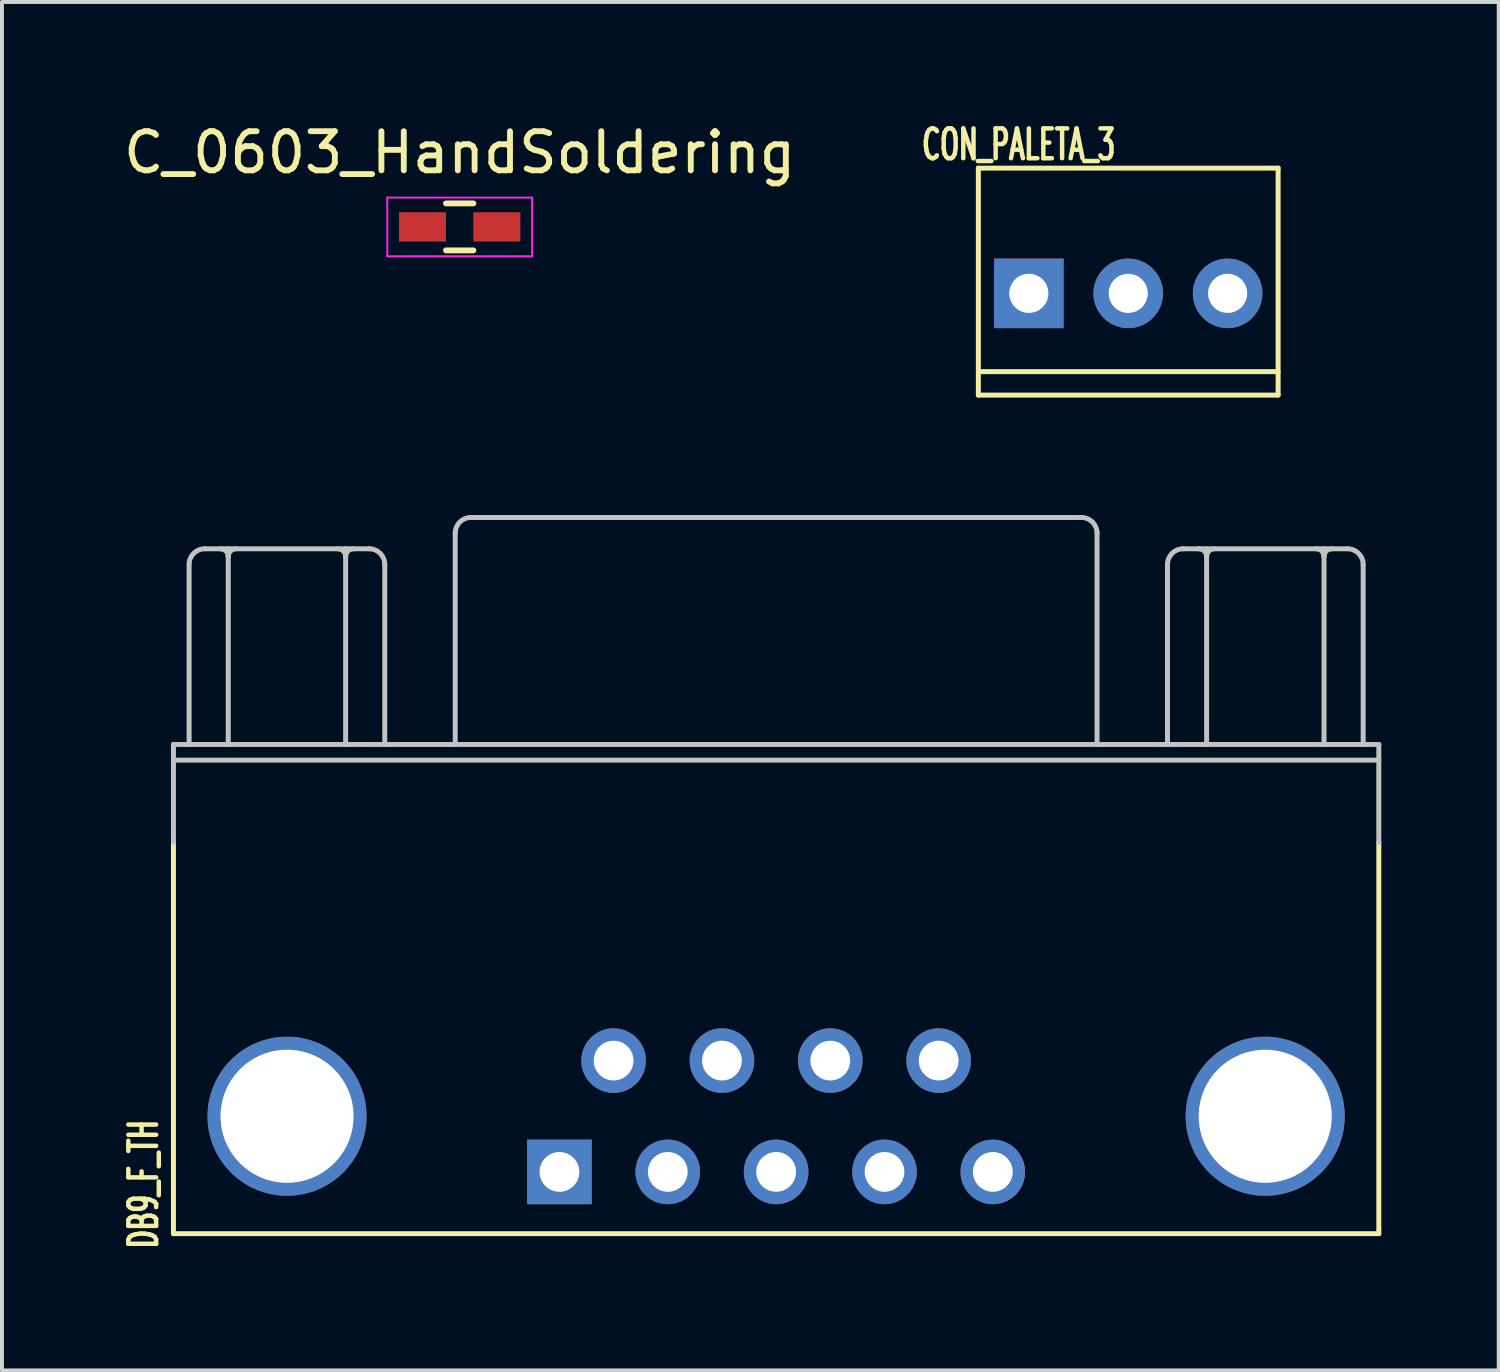
<source format=kicad_pcb>
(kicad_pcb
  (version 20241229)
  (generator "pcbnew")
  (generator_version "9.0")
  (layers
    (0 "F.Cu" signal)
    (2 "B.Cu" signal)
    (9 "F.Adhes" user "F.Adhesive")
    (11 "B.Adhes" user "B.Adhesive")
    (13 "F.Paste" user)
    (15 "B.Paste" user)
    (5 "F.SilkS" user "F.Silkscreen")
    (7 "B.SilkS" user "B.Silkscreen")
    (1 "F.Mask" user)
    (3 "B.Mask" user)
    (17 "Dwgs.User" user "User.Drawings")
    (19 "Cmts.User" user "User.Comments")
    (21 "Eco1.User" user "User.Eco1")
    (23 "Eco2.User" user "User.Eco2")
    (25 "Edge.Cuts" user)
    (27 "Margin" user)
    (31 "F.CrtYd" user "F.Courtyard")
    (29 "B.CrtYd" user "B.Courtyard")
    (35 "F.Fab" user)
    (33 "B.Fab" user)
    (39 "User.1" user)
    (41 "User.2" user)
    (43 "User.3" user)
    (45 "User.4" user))
  (footprint "C_0603_HandSoldering"
    (layer "F.Cu")
    (at 8.696 2.748)
    (property "Reference" "C_0603_HandSoldering" (at 0 -1.9 0) (layer "F.SilkS") (effects (font (size 1 1) (thickness 0.15))))
    (attr smd)
    (fp_line (start -0.35 -0.6) (end 0.35 -0.6) (stroke (width 0.15) (type solid)) (layer "F.SilkS"))
    (fp_line (start 0.35 0.6) (end -0.35 0.6) (stroke (width 0.15) (type solid)) (layer "F.SilkS"))
    (fp_line (start -1.85 -0.75) (end -1.85 0.75) (stroke (width 0.05) (type solid)) (layer "F.CrtYd"))
    (fp_line (start -1.85 -0.75) (end 1.85 -0.75) (stroke (width 0.05) (type solid)) (layer "F.CrtYd"))
    (fp_line (start -1.85 0.75) (end 1.85 0.75) (stroke (width 0.05) (type solid)) (layer "F.CrtYd"))
    (fp_line (start 1.85 -0.75) (end 1.85 0.75) (stroke (width 0.05) (type solid)) (layer "F.CrtYd"))
    (pad "1" smd rect (at -0.95 0) (size 1.2 0.75) (layers "F.Cu" "F.Mask" "F.Paste"))
    (pad "2" smd rect (at 0.95 0) (size 1.2 0.75) (layers "F.Cu" "F.Mask" "F.Paste")))
  (footprint "DB9_F_TH"
    (layer "F.Cu")
    (at 16.782 25.473)
    (property "Reference" "DB9_F_TH" (at -16.165 1.735 90) (layer "F.SilkS") (effects (font (size 0.711 0.457) (thickness 0.114))))
    (attr through_hole)
    (fp_line (start -15.4 3) (end -15.4 -7) (stroke (width 0.127) (type solid)) (layer "F.SilkS"))
    (fp_line (start 15.4 3) (end -15.4 3) (stroke (width 0.127) (type solid)) (layer "F.SilkS"))
    (fp_line (start 15.4 3) (end 15.4 -7) (stroke (width 0.127) (type solid)) (layer "F.SilkS"))
    (fp_line (start -15.4 -9.5) (end -15.4 -7) (stroke (width 0.127) (type solid)) (layer "Dwgs.User"))
    (fp_line (start -15.4 -9.5) (end 15.4 -9.5) (stroke (width 0.127) (type solid)) (layer "Dwgs.User"))
    (fp_line (start -15.4 -9.1) (end 15.4 -9.1) (stroke (width 0.127) (type solid)) (layer "Dwgs.User"))
    (fp_line (start -15 -14.1) (end -15 -9.5) (stroke (width 0.127) (type solid)) (layer "Dwgs.User"))
    (fp_line (start -14.6 -14.5) (end -10.4 -14.5) (stroke (width 0.127) (type solid)) (layer "Dwgs.User"))
    (fp_line (start -14 -14.5) (end -14 -9.5) (stroke (width 0.127) (type solid)) (layer "Dwgs.User"))
    (fp_line (start -11 -14.5) (end -11 -9.5) (stroke (width 0.127) (type solid)) (layer "Dwgs.User"))
    (fp_line (start -10 -14.1) (end -10 -9.5) (stroke (width 0.127) (type solid)) (layer "Dwgs.User"))
    (fp_line (start -8.2 -14.9) (end -8.2 -9.5) (stroke (width 0.127) (type solid)) (layer "Dwgs.User"))
    (fp_line (start 7.8 -15.3) (end -7.8 -15.3) (stroke (width 0.127) (type solid)) (layer "Dwgs.User"))
    (fp_line (start 8.2 -14.9) (end 8.2 -9.5) (stroke (width 0.127) (type solid)) (layer "Dwgs.User"))
    (fp_line (start 10 -14.1) (end 10 -9.5) (stroke (width 0.127) (type solid)) (layer "Dwgs.User"))
    (fp_line (start 10.4 -14.5) (end 14.6 -14.5) (stroke (width 0.127) (type solid)) (layer "Dwgs.User"))
    (fp_line (start 11 -14.5) (end 11 -9.5) (stroke (width 0.127) (type solid)) (layer "Dwgs.User"))
    (fp_line (start 14 -14.5) (end 14 -9.5) (stroke (width 0.127) (type solid)) (layer "Dwgs.User"))
    (fp_line (start 15 -14.1) (end 15 -9.5) (stroke (width 0.127) (type solid)) (layer "Dwgs.User"))
    (fp_line (start 15.4 -9.5) (end 15.4 -7) (stroke (width 0.127) (type solid)) (layer "Dwgs.User"))
    (fp_arc (start -15 -14.1) (mid -14.882843 -14.382843) (end -14.6 -14.5) (stroke (width 0.127) (type solid)) (layer "Dwgs.User"))
    (fp_arc (start -14.2 -14.5) (mid -14.058579 -14.441421) (end -14 -14.3) (stroke (width 0.127) (type solid)) (layer "Dwgs.User"))
    (fp_arc (start -14 -14.3) (mid -13.941421 -14.441421) (end -13.8 -14.5) (stroke (width 0.127) (type solid)) (layer "Dwgs.User"))
    (fp_arc (start -11.2 -14.5) (mid -11.058579 -14.441421) (end -11 -14.3) (stroke (width 0.127) (type solid)) (layer "Dwgs.User"))
    (fp_arc (start -11 -14.3) (mid -10.941421 -14.441421) (end -10.8 -14.5) (stroke (width 0.127) (type solid)) (layer "Dwgs.User"))
    (fp_arc (start -10.4 -14.5) (mid -10.117157 -14.382843) (end -10 -14.1) (stroke (width 0.127) (type solid)) (layer "Dwgs.User"))
    (fp_arc (start -8.2 -14.9) (mid -8.082843 -15.182843) (end -7.8 -15.3) (stroke (width 0.127) (type solid)) (layer "Dwgs.User"))
    (fp_arc (start 7.8 -15.3) (mid 8.082843 -15.182843) (end 8.2 -14.9) (stroke (width 0.127) (type solid)) (layer "Dwgs.User"))
    (fp_arc (start 10 -14.1) (mid 10.117157 -14.382843) (end 10.4 -14.5) (stroke (width 0.127) (type solid)) (layer "Dwgs.User"))
    (fp_arc (start 10.8 -14.5) (mid 10.941421 -14.441421) (end 11 -14.3) (stroke (width 0.127) (type solid)) (layer "Dwgs.User"))
    (fp_arc (start 11 -14.3) (mid 11.058579 -14.441421) (end 11.2 -14.5) (stroke (width 0.127) (type solid)) (layer "Dwgs.User"))
    (fp_arc (start 13.8 -14.5) (mid 13.941421 -14.441421) (end 14 -14.3) (stroke (width 0.127) (type solid)) (layer "Dwgs.User"))
    (fp_arc (start 14 -14.3) (mid 14.058579 -14.441421) (end 14.2 -14.5) (stroke (width 0.127) (type solid)) (layer "Dwgs.User"))
    (fp_arc (start 14.6 -14.5) (mid 14.882843 -14.382843) (end 15 -14.1) (stroke (width 0.127) (type solid)) (layer "Dwgs.User"))
    (pad "1" thru_hole rect (at -5.537 1.422) (size 1.651 1.651) (drill 1.016) (layers "*.Cu" "*.Mask"))
    (pad "2" thru_hole circle (at -2.769 1.422) (size 1.651 1.651) (drill 1.016) (layers "*.Cu" "*.Mask"))
    (pad "3" thru_hole circle (at 0 1.422) (size 1.651 1.651) (drill 1.016) (layers "*.Cu" "*.Mask"))
    (pad "4" thru_hole circle (at 2.769 1.422) (size 1.651 1.651) (drill 1.016) (layers "*.Cu" "*.Mask"))
    (pad "5" thru_hole circle (at 5.537 1.422) (size 1.651 1.651) (drill 1.016) (layers "*.Cu" "*.Mask"))
    (pad "6" thru_hole circle (at -4.153 -1.422) (size 1.651 1.651) (drill 1.016) (layers "*.Cu" "*.Mask"))
    (pad "7" thru_hole circle (at -1.384 -1.422) (size 1.651 1.651) (drill 1.016) (layers "*.Cu" "*.Mask"))
    (pad "8" thru_hole circle (at 1.384 -1.422) (size 1.651 1.651) (drill 1.016) (layers "*.Cu" "*.Mask"))
    (pad "9" thru_hole circle (at 4.153 -1.422) (size 1.651 1.651) (drill 1.016) (layers "*.Cu" "*.Mask"))
    (pad "10" thru_hole circle (at -12.497 0) (size 4.064 4.064) (drill 3.4) (layers "*.Cu" "*.Mask"))
    (pad "11" thru_hole circle (at 12.497 0) (size 4.064 4.064) (drill 3.4) (layers "*.Cu" "*.Mask")))
  (footprint "CON_PALETA_3"
    (layer "F.Cu")
    (at 25.779 4.446)
    (property "Reference" "CON_PALETA_3" (at -2.8 -3.8 0) (layer "F.SilkS") (effects (font (size 0.762 0.457) (thickness 0.127))))
    (attr through_hole)
    (fp_line (start -3.83 -3.2) (end 3.83 -3.2) (stroke (width 0.127) (type solid)) (layer "F.SilkS"))
    (fp_line (start -3.83 2.6) (end -3.83 -3.2) (stroke (width 0.127) (type solid)) (layer "F.SilkS"))
    (fp_line (start 3.83 -3.2) (end 3.83 2.6) (stroke (width 0.127) (type solid)) (layer "F.SilkS"))
    (fp_line (start 3.83 2) (end -3.83 2) (stroke (width 0.127) (type solid)) (layer "F.SilkS"))
    (fp_line (start 3.83 2.6) (end -3.83 2.6) (stroke (width 0.127) (type solid)) (layer "F.SilkS"))
    (pad "1" thru_hole rect (at -2.54 0) (size 1.778 1.778) (drill 1) (layers "*.Cu" "*.Mask"))
    (pad "2" thru_hole circle (at 0 0) (size 1.778 1.778) (drill 1) (layers "*.Cu" "*.Mask"))
    (pad "3" thru_hole circle (at 2.54 0) (size 1.778 1.778) (drill 1) (layers "*.Cu" "*.Mask")))
  (gr_rect
    (start -3 -3)
    (end 35.245 31.967)
    (stroke (width 0.1) (type default))
    (fill no)
    (layer "Edge.Cuts")))
</source>
